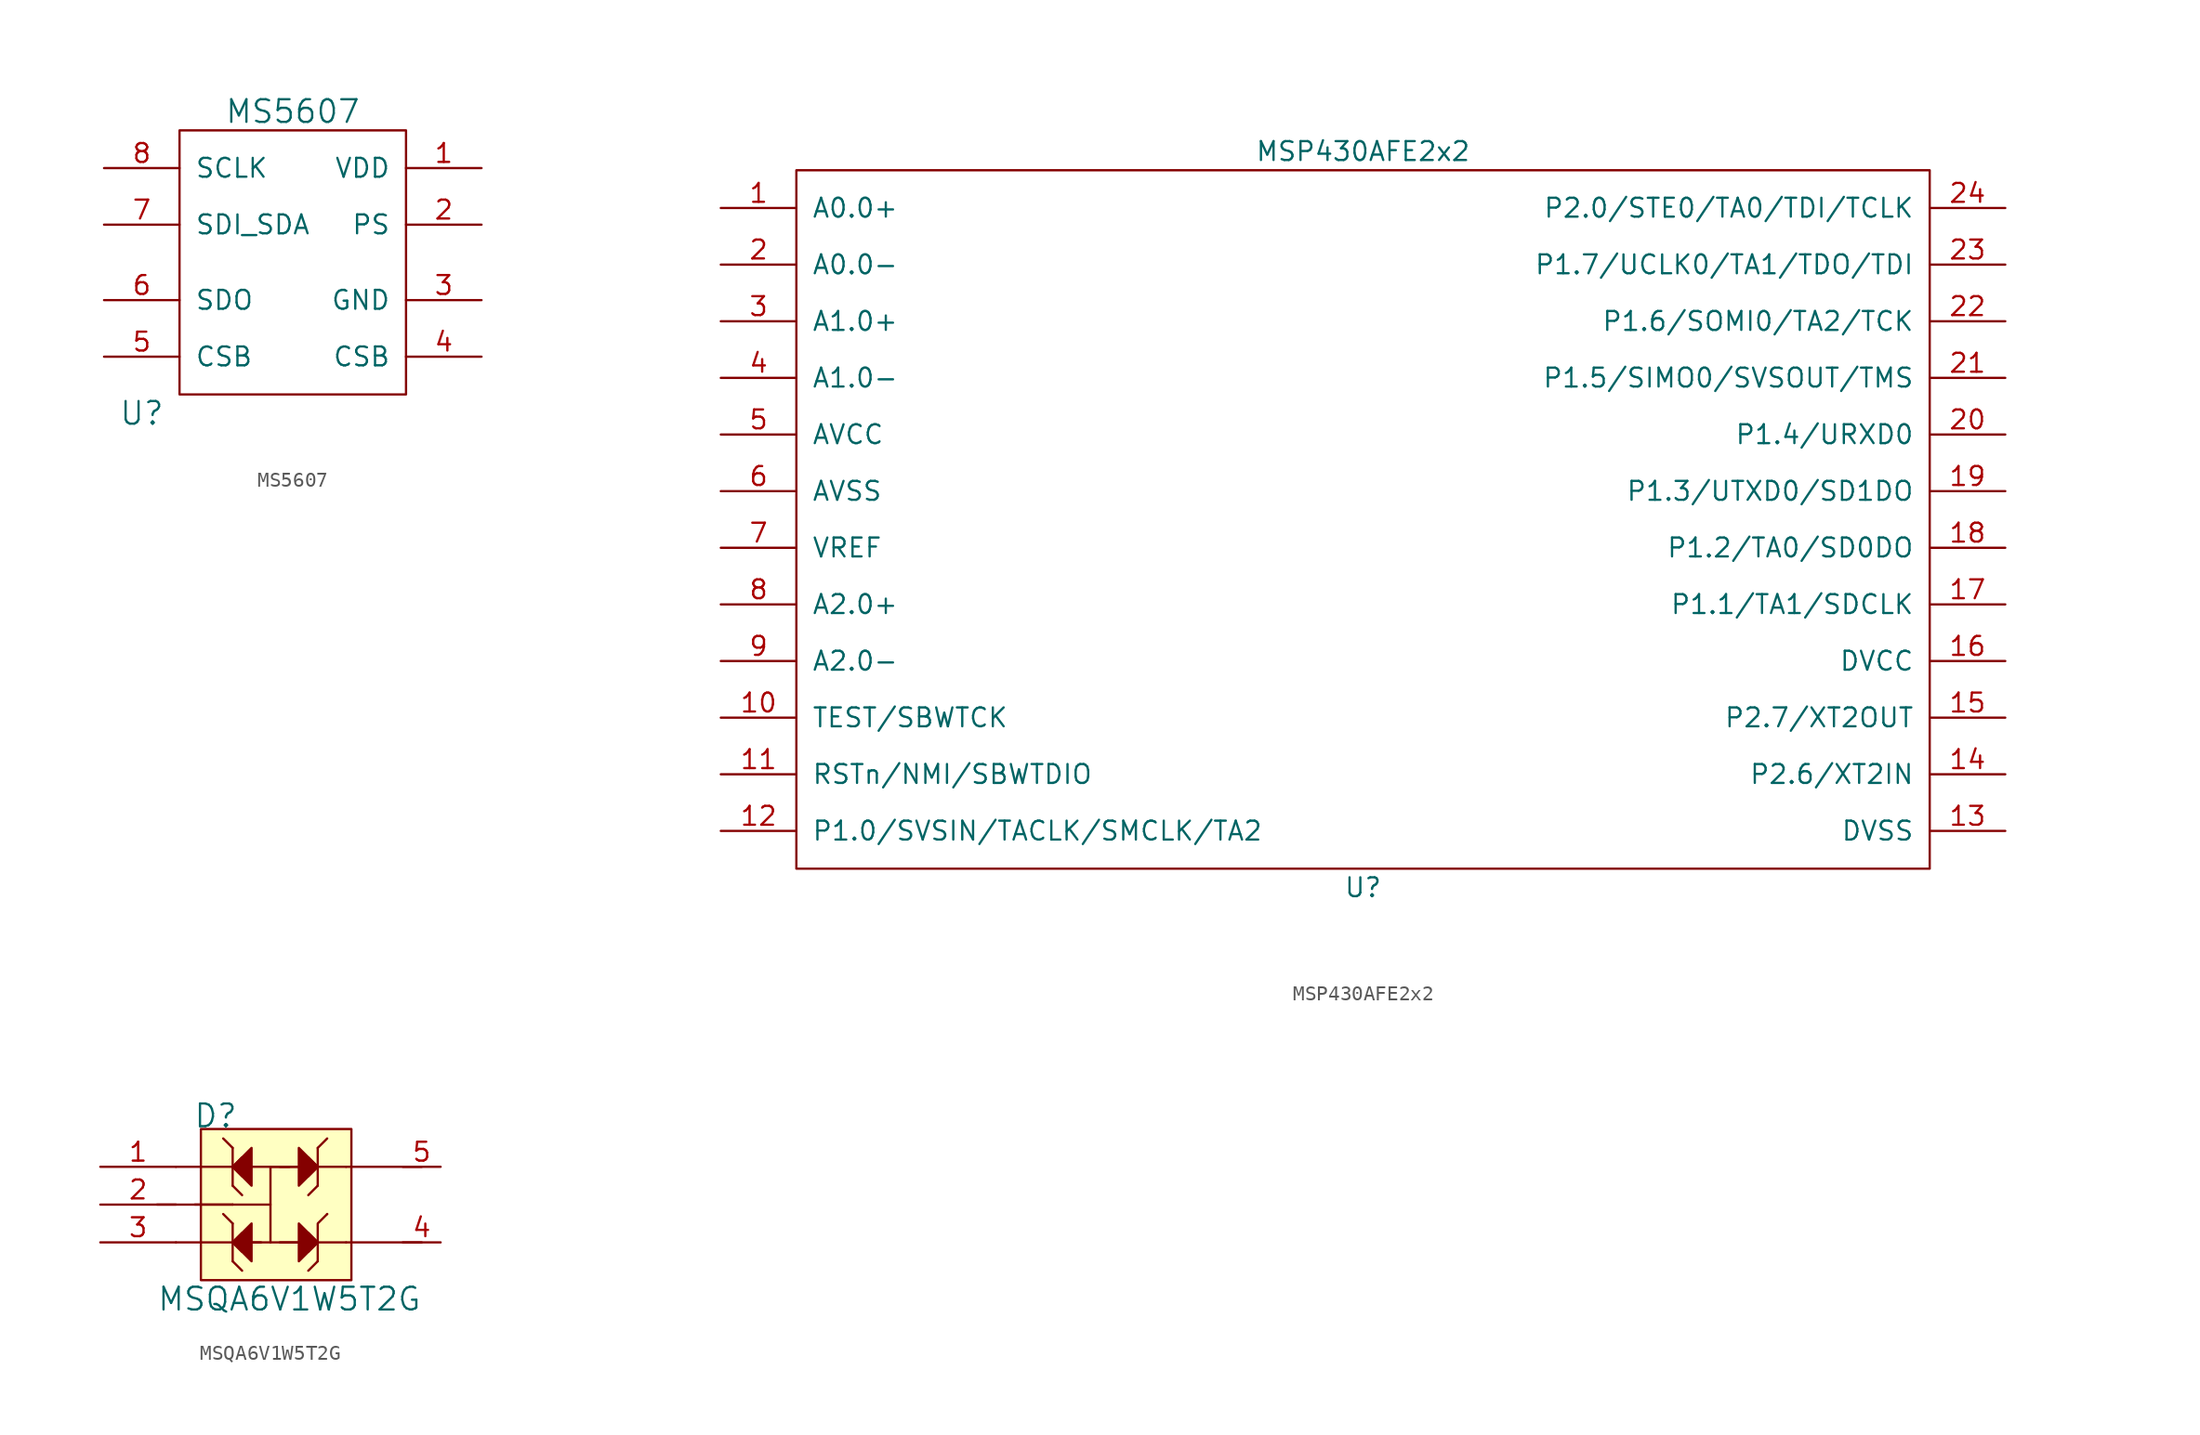
<source format=kicad_sym>
(kicad_symbol_lib
  (version 20211014)
  (generator kicad_symbol_editor)
  (symbol "MS5607"
    (pin_names
      (offset 1.016))
    (property "Reference" "U"
      (at -10.16 -10.16 0)
      (effects (font (size 1.524 1.524))))
    (property "Value" "MS5607"
      (at 0 10.16 0)
      (effects (font (size 1.524 1.524))))
    (property "Footprint" ""
      (at 1.27 -10.16 0)
      (effects (font (size 1.524 1.524))))
    (property "Datasheet" ""
      (at 1.27 -10.16 0)
      (effects (font (size 1.524 1.524))))
    (symbol "MS5607_0_1"
      (rectangle (start -7.62 8.89) (end 7.62 -8.89) (stroke (width 0) (type default) (color 0 0 0 0)) (fill (type none))))
    (symbol "MS5607_1_1"
      (pin input line (at 12.7 6.35 180) (length 5.08) (name "VDD" (effects (font (size 1.27 1.27)))) (number "1" (effects (font (size 1.27 1.27)))))
      (pin input line (at 12.7 2.54 180) (length 5.08) (name "PS" (effects (font (size 1.27 1.27)))) (number "2" (effects (font (size 1.27 1.27)))))
      (pin input line (at 12.7 -2.54 180) (length 5.08) (name "GND" (effects (font (size 1.27 1.27)))) (number "3" (effects (font (size 1.27 1.27)))))
      (pin input line (at 12.7 -6.35 180) (length 5.08) (name "CSB" (effects (font (size 1.27 1.27)))) (number "4" (effects (font (size 1.27 1.27)))))
      (pin input line (at -12.7 -6.35 0) (length 5.08) (name "CSB" (effects (font (size 1.27 1.27)))) (number "5" (effects (font (size 1.27 1.27)))))
      (pin input line (at -12.7 -2.54 0) (length 5.08) (name "SDO" (effects (font (size 1.27 1.27)))) (number "6" (effects (font (size 1.27 1.27)))))
      (pin input line (at -12.7 2.54 0) (length 5.08) (name "SDI_SDA" (effects (font (size 1.27 1.27)))) (number "7" (effects (font (size 1.27 1.27)))))
      (pin input line (at -12.7 6.35 0) (length 5.08) (name "SCLK" (effects (font (size 1.27 1.27)))) (number "8" (effects (font (size 1.27 1.27)))))))
  (symbol "MSP430AFE2x2"
    (pin_names
      (offset 1.016))
    (property "Reference" "U"
      (at 0 -21.59 0)
      (effects (font (size 1.27 1.27))))
    (property "Value" "MSP430AFE2x2"
      (at 0 27.94 0)
      (effects (font (size 1.27 1.27))))
    (symbol "MSP430AFE2x2_0_1"
      (rectangle (start -38.1 26.67) (end 38.1 -20.32) (stroke (width 0) (type default) (color 0 0 0 0)) (fill (type none))))
    (symbol "MSP430AFE2x2_1_1"
      (pin input line (at -43.18 24.13 0) (length 5.08) (name "A0.0+" (effects (font (size 1.27 1.27)))) (number "1" (effects (font (size 1.27 1.27)))))
      (pin input line (at -43.18 -10.16 0) (length 5.08) (name "TEST/SBWTCK" (effects (font (size 1.27 1.27)))) (number "10" (effects (font (size 1.27 1.27)))))
      (pin input line (at -43.18 -13.97 0) (length 5.08) (name "RSTn/NMI/SBWTDIO" (effects (font (size 1.27 1.27)))) (number "11" (effects (font (size 1.27 1.27)))))
      (pin input line (at -43.18 -17.78 0) (length 5.08) (name "P1.0/SVSIN/TACLK/SMCLK/TA2" (effects (font (size 1.27 1.27)))) (number "12" (effects (font (size 1.27 1.27)))))
      (pin input line (at 43.18 -17.78 180) (length 5.08) (name "DVSS" (effects (font (size 1.27 1.27)))) (number "13" (effects (font (size 1.27 1.27)))))
      (pin input line (at 43.18 -13.97 180) (length 5.08) (name "P2.6/XT2IN" (effects (font (size 1.27 1.27)))) (number "14" (effects (font (size 1.27 1.27)))))
      (pin input line (at 43.18 -10.16 180) (length 5.08) (name "P2.7/XT2OUT" (effects (font (size 1.27 1.27)))) (number "15" (effects (font (size 1.27 1.27)))))
      (pin input line (at 43.18 -6.35 180) (length 5.08) (name "DVCC" (effects (font (size 1.27 1.27)))) (number "16" (effects (font (size 1.27 1.27)))))
      (pin input line (at 43.18 -2.54 180) (length 5.08) (name "P1.1/TA1/SDCLK" (effects (font (size 1.27 1.27)))) (number "17" (effects (font (size 1.27 1.27)))))
      (pin input line (at 43.18 1.27 180) (length 5.08) (name "P1.2/TA0/SD0DO" (effects (font (size 1.27 1.27)))) (number "18" (effects (font (size 1.27 1.27)))))
      (pin input line (at 43.18 5.08 180) (length 5.08) (name "P1.3/UTXD0/SD1DO" (effects (font (size 1.27 1.27)))) (number "19" (effects (font (size 1.27 1.27)))))
      (pin input line (at -43.18 20.32 0) (length 5.08) (name "A0.0-" (effects (font (size 1.27 1.27)))) (number "2" (effects (font (size 1.27 1.27)))))
      (pin input line (at 43.18 8.89 180) (length 5.08) (name "P1.4/URXD0" (effects (font (size 1.27 1.27)))) (number "20" (effects (font (size 1.27 1.27)))))
      (pin input line (at 43.18 12.7 180) (length 5.08) (name "P1.5/SIMO0/SVSOUT/TMS" (effects (font (size 1.27 1.27)))) (number "21" (effects (font (size 1.27 1.27)))))
      (pin input line (at 43.18 16.51 180) (length 5.08) (name "P1.6/SOMI0/TA2/TCK" (effects (font (size 1.27 1.27)))) (number "22" (effects (font (size 1.27 1.27)))))
      (pin input line (at 43.18 20.32 180) (length 5.08) (name "P1.7/UCLK0/TA1/TDO/TDI" (effects (font (size 1.27 1.27)))) (number "23" (effects (font (size 1.27 1.27)))))
      (pin input line (at 43.18 24.13 180) (length 5.08) (name "P2.0/STE0/TA0/TDI/TCLK" (effects (font (size 1.27 1.27)))) (number "24" (effects (font (size 1.27 1.27)))))
      (pin input line (at -43.18 16.51 0) (length 5.08) (name "A1.0+" (effects (font (size 1.27 1.27)))) (number "3" (effects (font (size 1.27 1.27)))))
      (pin input line (at -43.18 12.7 0) (length 5.08) (name "A1.0-" (effects (font (size 1.27 1.27)))) (number "4" (effects (font (size 1.27 1.27)))))
      (pin input line (at -43.18 8.89 0) (length 5.08) (name "AVCC" (effects (font (size 1.27 1.27)))) (number "5" (effects (font (size 1.27 1.27)))))
      (pin input line (at -43.18 5.08 0) (length 5.08) (name "AVSS" (effects (font (size 1.27 1.27)))) (number "6" (effects (font (size 1.27 1.27)))))
      (pin input line (at -43.18 1.27 0) (length 5.08) (name "VREF" (effects (font (size 1.27 1.27)))) (number "7" (effects (font (size 1.27 1.27)))))
      (pin input line (at -43.18 -2.54 0) (length 5.08) (name "A2.0+" (effects (font (size 1.27 1.27)))) (number "8" (effects (font (size 1.27 1.27)))))
      (pin input line (at -43.18 -6.35 0) (length 5.08) (name "A2.0-" (effects (font (size 1.27 1.27)))) (number "9" (effects (font (size 1.27 1.27)))))))
  (symbol "MSQA6V1W5T2G"
    (pin_names
      (offset 0))
    (property "Reference" "D"
      (at -4.953 5.969 0)
      (effects (font (size 1.524 1.524))))
    (property "Value" "MSQA6V1W5T2G"
      (at 0 -6.35 0)
      (effects (font (size 1.524 1.524))))
    (symbol "MSQA6V1W5T2G_0_1"
      (rectangle (start -5.944 5.08) (end 4.166 -5.08) (stroke (width 0) (type default) (color 0 0 0 0)) (fill (type background)))
      (polyline (pts (xy -3.81 -3.81) (xy -3.175 -4.445)) (stroke (width 0) (type default) (color 0 0 0 0)) (fill (type none)))
      (polyline (pts (xy -3.81 -1.27) (xy -4.445 -0.635)) (stroke (width 0) (type default) (color 0 0 0 0)) (fill (type none)))
      (polyline (pts (xy -3.81 -1.27) (xy -3.81 -3.81)) (stroke (width 0) (type default) (color 0 0 0 0)) (fill (type none)))
      (polyline (pts (xy -3.81 0) (xy -6.35 0)) (stroke (width 0) (type default) (color 0 0 0 0)) (fill (type none)))
      (polyline (pts (xy -3.81 0) (xy -1.27 0)) (stroke (width 0) (type default) (color 0 0 0 0)) (fill (type none)))
      (polyline (pts (xy -3.81 1.27) (xy -3.175 0.635)) (stroke (width 0) (type default) (color 0 0 0 0)) (fill (type none)))
      (polyline (pts (xy -3.81 3.81) (xy -4.445 4.445)) (stroke (width 0) (type default) (color 0 0 0 0)) (fill (type none)))
      (polyline (pts (xy -3.81 3.81) (xy -3.81 1.27)) (stroke (width 0) (type default) (color 0 0 0 0)) (fill (type none)))
      (polyline (pts (xy -2.54 -2.54) (xy -7.62 -2.54)) (stroke (width 0) (type default) (color 0 0 0 0)) (fill (type none)))
      (polyline (pts (xy -2.54 2.54) (xy -7.62 2.54)) (stroke (width 0) (type default) (color 0 0 0 0)) (fill (type none)))
      (polyline (pts (xy -1.905 -2.54) (xy -2.54 -2.54)) (stroke (width 0) (type default) (color 0 0 0 0)) (fill (type none)))
      (polyline (pts (xy -0.635 -2.54) (xy 1.27 -2.54)) (stroke (width 0) (type default) (color 0 0 0 0)) (fill (type none)))
      (polyline (pts (xy -0.635 2.54) (xy 1.27 2.54)) (stroke (width 0) (type default) (color 0 0 0 0)) (fill (type none)))
      (polyline (pts (xy 0 2.54) (xy -1.27 2.54)) (stroke (width 0) (type default) (color 0 0 0 0)) (fill (type none)))
      (polyline (pts (xy 1.27 -2.54) (xy -3.81 -2.54)) (stroke (width 0) (type default) (color 0 0 0 0)) (fill (type none)))
      (polyline (pts (xy 1.27 -2.54) (xy 3.81 -2.54)) (stroke (width 0) (type default) (color 0 0 0 0)) (fill (type none)))
      (polyline (pts (xy 1.905 -3.81) (xy 1.27 -4.445)) (stroke (width 0) (type default) (color 0 0 0 0)) (fill (type none)))
      (polyline (pts (xy 1.905 1.27) (xy 1.27 0.635)) (stroke (width 0) (type default) (color 0 0 0 0)) (fill (type none)))
      (polyline (pts (xy 1.905 1.27) (xy 1.905 3.81)) (stroke (width 0) (type default) (color 0 0 0 0)) (fill (type none)))
      (polyline (pts (xy 1.905 3.81) (xy 2.54 4.445)) (stroke (width 0) (type default) (color 0 0 0 0)) (fill (type none)))
      (polyline (pts (xy 2.54 -0.635) (xy 2.54 -0.635)) (stroke (width 0) (type default) (color 0 0 0 0)) (fill (type none)))
      (polyline (pts (xy 3.81 2.54) (xy 1.27 2.54)) (stroke (width 0) (type default) (color 0 0 0 0)) (fill (type none)))
      (polyline (pts (xy 1.905 -3.81) (xy 1.905 -1.27) (xy 2.54 -0.635)) (stroke (width 0) (type default) (color 0 0 0 0)) (fill (type none)))
      (polyline (pts (xy -3.81 -2.54) (xy -3.175 -1.905) (xy -3.175 -3.175) (xy -3.81 -2.54)) (stroke (width 0) (type default) (color 0 0 0 0)) (fill (type outline)))
      (polyline (pts (xy -3.81 -2.54) (xy -2.54 -1.27) (xy -2.54 -3.81) (xy -3.81 -2.54)) (stroke (width 0) (type default) (color 0 0 0 0)) (fill (type outline)))
      (polyline (pts (xy -3.81 2.54) (xy -3.175 3.175) (xy -3.175 1.905) (xy -3.81 2.54)) (stroke (width 0) (type default) (color 0 0 0 0)) (fill (type outline)))
      (polyline (pts (xy -3.81 2.54) (xy -2.54 3.81) (xy -2.54 1.27) (xy -3.81 2.54)) (stroke (width 0) (type default) (color 0 0 0 0)) (fill (type outline)))
      (polyline (pts (xy 1.27 3.175) (xy 1.27 1.905) (xy 1.905 2.54) (xy 1.27 3.175)) (stroke (width 0) (type default) (color 0 0 0 0)) (fill (type outline)))
      (polyline (pts (xy 1.905 -2.54) (xy 0.635 -1.27) (xy 0.635 -3.81) (xy 1.905 -2.54)) (stroke (width 0) (type default) (color 0 0 0 0)) (fill (type outline)))
      (polyline (pts (xy 1.905 2.54) (xy 0.635 3.81) (xy 0.635 1.27) (xy 1.905 2.54)) (stroke (width 0) (type default) (color 0 0 0 0)) (fill (type outline)))
      (polyline (pts (xy 1.27 -2.54) (xy 1.27 -1.905) (xy 1.905 -2.54) (xy 1.27 -3.175) (xy 1.27 -2.54)) (stroke (width 0) (type default) (color 0 0 0 0)) (fill (type outline))))
    (symbol "MSQA6V1W5T2G_1_1"
      (polyline (pts (xy -3.81 0) (xy -8.89 0)) (stroke (width 0) (type default) (color 0 0 0 0)) (fill (type none)))
      (polyline (pts (xy -1.27 2.54) (xy -1.27 -2.54)) (stroke (width 0) (type default) (color 0 0 0 0)) (fill (type none)))
      (polyline (pts (xy 1.27 2.54) (xy -3.81 2.54)) (stroke (width 0) (type default) (color 0 0 0 0)) (fill (type none)))
      (polyline (pts (xy 8.89 -2.54) (xy 3.81 -2.54)) (stroke (width 0) (type default) (color 0 0 0 0)) (fill (type none)))
      (polyline (pts (xy 8.89 2.54) (xy 3.81 2.54)) (stroke (width 0) (type default) (color 0 0 0 0)) (fill (type none)))
      (pin input line (at -12.7 2.54 0) (length 5.08) (name "~" (effects (font (size 1.27 1.27)))) (number "1" (effects (font (size 1.27 1.27)))))
      (pin input line (at -12.7 0 0) (length 5.08) (name "~" (effects (font (size 1.27 1.27)))) (number "2" (effects (font (size 1.27 1.27)))))
      (pin input line (at -12.7 -2.54 0) (length 5.08) (name "~" (effects (font (size 1.27 1.27)))) (number "3" (effects (font (size 1.27 1.27)))))
      (pin input line (at 10.16 -2.54 180) (length 2.54) (name "~" (effects (font (size 1.27 1.27)))) (number "4" (effects (font (size 1.27 1.27)))))
      (pin input line (at 10.16 2.54 180) (length 2.54) (name "~" (effects (font (size 1.27 1.27)))) (number "5" (effects (font (size 1.27 1.27))))))))
</source>
